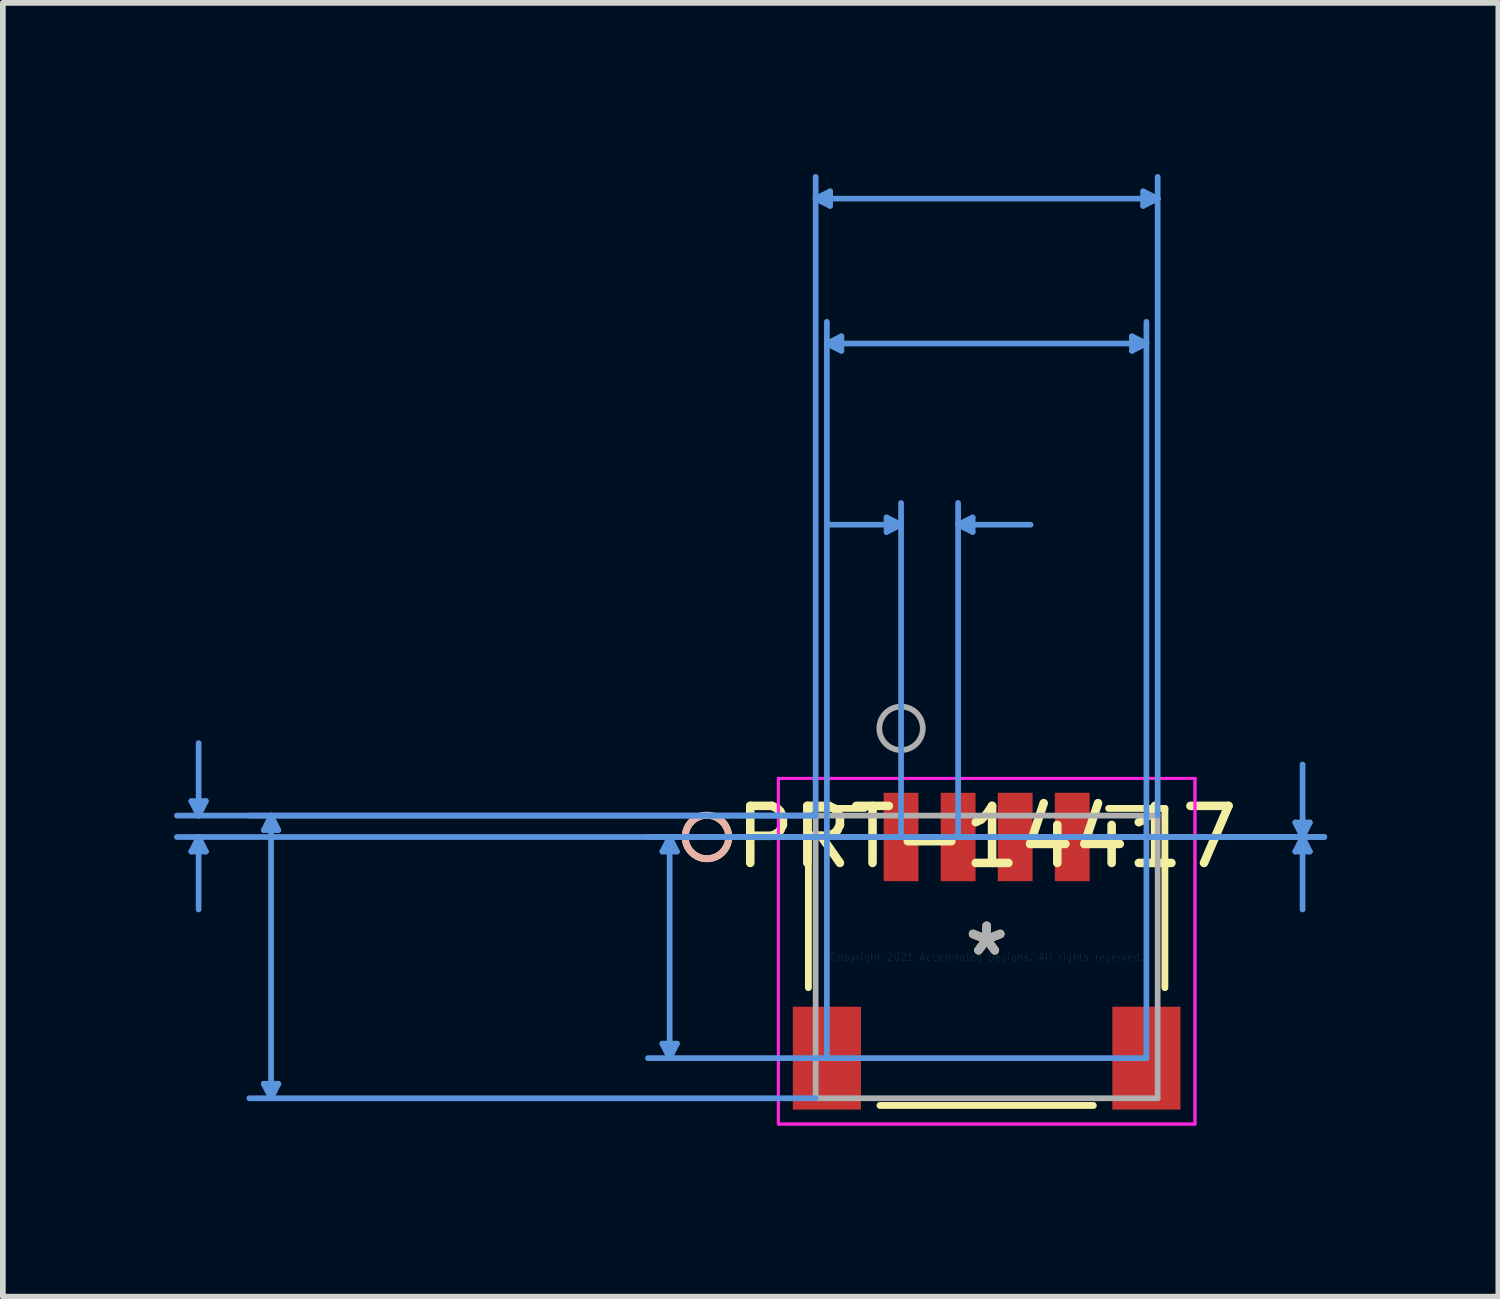
<source format=kicad_pcb>
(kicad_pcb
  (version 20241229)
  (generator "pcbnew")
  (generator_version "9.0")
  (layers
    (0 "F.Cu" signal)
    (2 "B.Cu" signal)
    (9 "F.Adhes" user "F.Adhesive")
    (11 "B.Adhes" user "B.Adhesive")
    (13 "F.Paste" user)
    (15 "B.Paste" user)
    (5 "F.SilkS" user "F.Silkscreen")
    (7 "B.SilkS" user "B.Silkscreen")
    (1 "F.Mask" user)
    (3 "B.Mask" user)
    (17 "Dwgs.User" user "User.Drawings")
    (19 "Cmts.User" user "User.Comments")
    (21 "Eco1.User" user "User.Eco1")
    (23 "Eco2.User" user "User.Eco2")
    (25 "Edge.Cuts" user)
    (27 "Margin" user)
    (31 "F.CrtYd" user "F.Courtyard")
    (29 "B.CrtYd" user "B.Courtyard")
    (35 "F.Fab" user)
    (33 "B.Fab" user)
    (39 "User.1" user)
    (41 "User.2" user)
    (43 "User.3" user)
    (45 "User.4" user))
  (footprint "PRT-14417"
    (layer "F.Cu")
    (at 14.242 13.721)
    (property "Reference" "PRT-14417" (at 0 -2.102 0) (layer "F.SilkS") (effects (font (size 1 1) (thickness 0.15))))
    (attr through_hole)
    (fp_line (start -3.124 -2.603) (end -3.124 0.539) (stroke (width 0.12) (type solid)) (layer "F.SilkS"))
    (fp_line (start -2.138 -2.603) (end -3.124 -2.603) (stroke (width 0.12) (type solid)) (layer "F.SilkS"))
    (fp_line (start -1.87 2.603) (end 1.87 2.603) (stroke (width 0.12) (type solid)) (layer "F.SilkS"))
    (fp_line (start 3.124 -2.603) (end 2.138 -2.603) (stroke (width 0.12) (type solid)) (layer "F.SilkS"))
    (fp_line (start 3.124 0.539) (end 3.124 -2.603) (stroke (width 0.12) (type solid)) (layer "F.SilkS"))
    (fp_circle (center -4.902 -2.102) (end -4.521 -2.102) (stroke (width 0.12) (type solid)) (fill no) (layer "F.SilkS"))
    (fp_circle (center -4.902 -2.102) (end -4.521 -2.102) (stroke (width 0.12) (type solid)) (fill no) (layer "B.SilkS"))
    (fp_line (start -13.938 -2.731) (end -13.684 -2.731) (stroke (width 0.1) (type solid)) (layer "Cmts.User"))
    (fp_line (start -13.938 -1.847) (end -13.684 -1.847) (stroke (width 0.1) (type solid)) (layer "Cmts.User"))
    (fp_line (start -13.811 -2.477) (end -13.938 -2.731) (stroke (width 0.1) (type solid)) (layer "Cmts.User"))
    (fp_line (start -13.811 -2.477) (end -13.811 -3.747) (stroke (width 0.1) (type solid)) (layer "Cmts.User"))
    (fp_line (start -13.811 -2.477) (end -13.684 -2.731) (stroke (width 0.1) (type solid)) (layer "Cmts.User"))
    (fp_line (start -13.811 -2.102) (end -13.938 -1.847) (stroke (width 0.1) (type solid)) (layer "Cmts.User"))
    (fp_line (start -13.811 -2.102) (end -13.811 -0.832) (stroke (width 0.1) (type solid)) (layer "Cmts.User"))
    (fp_line (start -13.811 -2.102) (end -13.684 -1.847) (stroke (width 0.1) (type solid)) (layer "Cmts.User"))
    (fp_line (start -12.668 -2.223) (end -12.414 -2.223) (stroke (width 0.1) (type solid)) (layer "Cmts.User"))
    (fp_line (start -12.668 2.223) (end -12.414 2.223) (stroke (width 0.1) (type solid)) (layer "Cmts.User"))
    (fp_line (start -12.541 -2.477) (end -12.668 -2.223) (stroke (width 0.1) (type solid)) (layer "Cmts.User"))
    (fp_line (start -12.541 -2.477) (end -12.541 2.477) (stroke (width 0.1) (type solid)) (layer "Cmts.User"))
    (fp_line (start -12.541 -2.477) (end -12.414 -2.223) (stroke (width 0.1) (type solid)) (layer "Cmts.User"))
    (fp_line (start -12.541 2.477) (end -12.668 2.223) (stroke (width 0.1) (type solid)) (layer "Cmts.User"))
    (fp_line (start -12.541 2.477) (end -12.414 2.223) (stroke (width 0.1) (type solid)) (layer "Cmts.User"))
    (fp_line (start -5.683 -1.847) (end -5.429 -1.847) (stroke (width 0.1) (type solid)) (layer "Cmts.User"))
    (fp_line (start -5.683 1.52) (end -5.429 1.52) (stroke (width 0.1) (type solid)) (layer "Cmts.User"))
    (fp_line (start -5.556 -2.102) (end -5.683 -1.847) (stroke (width 0.1) (type solid)) (layer "Cmts.User"))
    (fp_line (start -5.556 -2.102) (end -5.556 1.774) (stroke (width 0.1) (type solid)) (layer "Cmts.User"))
    (fp_line (start -5.556 -2.102) (end -5.429 -1.847) (stroke (width 0.1) (type solid)) (layer "Cmts.User"))
    (fp_line (start -5.556 1.774) (end -5.683 1.52) (stroke (width 0.1) (type solid)) (layer "Cmts.User"))
    (fp_line (start -5.556 1.774) (end -5.429 1.52) (stroke (width 0.1) (type solid)) (layer "Cmts.User"))
    (fp_line (start -2.997 -13.29) (end -2.743 -13.417) (stroke (width 0.1) (type solid)) (layer "Cmts.User"))
    (fp_line (start -2.997 -13.29) (end -2.743 -13.163) (stroke (width 0.1) (type solid)) (layer "Cmts.User"))
    (fp_line (start -2.997 -13.29) (end 2.997 -13.29) (stroke (width 0.1) (type solid)) (layer "Cmts.User"))
    (fp_line (start -2.997 -2.477) (end -14.192 -2.477) (stroke (width 0.1) (type solid)) (layer "Cmts.User"))
    (fp_line (start -2.997 -2.477) (end -12.922 -2.477) (stroke (width 0.1) (type solid)) (layer "Cmts.User"))
    (fp_line (start -2.997 -2.477) (end -2.997 -13.671) (stroke (width 0.1) (type solid)) (layer "Cmts.User"))
    (fp_line (start -2.997 2.477) (end -12.922 2.477) (stroke (width 0.1) (type solid)) (layer "Cmts.User"))
    (fp_line (start -2.8 -10.75) (end -2.546 -10.877) (stroke (width 0.1) (type solid)) (layer "Cmts.User"))
    (fp_line (start -2.8 -10.75) (end -2.546 -10.623) (stroke (width 0.1) (type solid)) (layer "Cmts.User"))
    (fp_line (start -2.8 -10.75) (end 2.8 -10.75) (stroke (width 0.1) (type solid)) (layer "Cmts.User"))
    (fp_line (start -2.8 1.774) (end -2.8 -11.131) (stroke (width 0.1) (type solid)) (layer "Cmts.User"))
    (fp_line (start -2.743 -13.417) (end -2.743 -13.163) (stroke (width 0.1) (type solid)) (layer "Cmts.User"))
    (fp_line (start -2.546 -10.877) (end -2.546 -10.623) (stroke (width 0.1) (type solid)) (layer "Cmts.User"))
    (fp_line (start -1.754 -7.702) (end -1.754 -7.448) (stroke (width 0.1) (type solid)) (layer "Cmts.User"))
    (fp_line (start -1.5 -7.575) (end -2.77 -7.575) (stroke (width 0.1) (type solid)) (layer "Cmts.User"))
    (fp_line (start -1.5 -7.575) (end -1.754 -7.702) (stroke (width 0.1) (type solid)) (layer "Cmts.User"))
    (fp_line (start -1.5 -7.575) (end -1.754 -7.448) (stroke (width 0.1) (type solid)) (layer "Cmts.User"))
    (fp_line (start -1.5 -2.102) (end -1.5 -7.956) (stroke (width 0.1) (type solid)) (layer "Cmts.User"))
    (fp_line (start -1.5 -2.102) (end 5.918 -2.102) (stroke (width 0.1) (type solid)) (layer "Cmts.User"))
    (fp_line (start -1.5 -2.102) (end 5.918 -2.102) (stroke (width 0.1) (type solid)) (layer "Cmts.User"))
    (fp_line (start -0.5 -7.575) (end -0.246 -7.702) (stroke (width 0.1) (type solid)) (layer "Cmts.User"))
    (fp_line (start -0.5 -7.575) (end -0.246 -7.448) (stroke (width 0.1) (type solid)) (layer "Cmts.User"))
    (fp_line (start -0.5 -7.575) (end 0.77 -7.575) (stroke (width 0.1) (type solid)) (layer "Cmts.User"))
    (fp_line (start -0.5 -2.102) (end -0.5 -7.956) (stroke (width 0.1) (type solid)) (layer "Cmts.User"))
    (fp_line (start -0.246 -7.702) (end -0.246 -7.448) (stroke (width 0.1) (type solid)) (layer "Cmts.User"))
    (fp_line (start 0 -2.102) (end -14.192 -2.102) (stroke (width 0.1) (type solid)) (layer "Cmts.User"))
    (fp_line (start 0 -2.102) (end -5.937 -2.102) (stroke (width 0.1) (type solid)) (layer "Cmts.User"))
    (fp_line (start 2.546 -10.877) (end 2.546 -10.623) (stroke (width 0.1) (type solid)) (layer "Cmts.User"))
    (fp_line (start 2.743 -13.417) (end 2.743 -13.163) (stroke (width 0.1) (type solid)) (layer "Cmts.User"))
    (fp_line (start 2.8 -10.75) (end 2.546 -10.877) (stroke (width 0.1) (type solid)) (layer "Cmts.User"))
    (fp_line (start 2.8 -10.75) (end 2.546 -10.623) (stroke (width 0.1) (type solid)) (layer "Cmts.User"))
    (fp_line (start 2.8 1.774) (end -5.937 1.774) (stroke (width 0.1) (type solid)) (layer "Cmts.User"))
    (fp_line (start 2.8 1.774) (end 2.8 -11.131) (stroke (width 0.1) (type solid)) (layer "Cmts.User"))
    (fp_line (start 2.997 -13.29) (end 2.743 -13.417) (stroke (width 0.1) (type solid)) (layer "Cmts.User"))
    (fp_line (start 2.997 -13.29) (end 2.743 -13.163) (stroke (width 0.1) (type solid)) (layer "Cmts.User"))
    (fp_line (start 2.997 -2.477) (end 2.997 -13.671) (stroke (width 0.1) (type solid)) (layer "Cmts.User"))
    (fp_line (start 5.41 -2.356) (end 5.664 -2.356) (stroke (width 0.1) (type solid)) (layer "Cmts.User"))
    (fp_line (start 5.41 -1.847) (end 5.664 -1.847) (stroke (width 0.1) (type solid)) (layer "Cmts.User"))
    (fp_line (start 5.537 -2.102) (end 5.41 -2.356) (stroke (width 0.1) (type solid)) (layer "Cmts.User"))
    (fp_line (start 5.537 -2.102) (end 5.41 -1.847) (stroke (width 0.1) (type solid)) (layer "Cmts.User"))
    (fp_line (start 5.537 -2.102) (end 5.537 -3.372) (stroke (width 0.1) (type solid)) (layer "Cmts.User"))
    (fp_line (start 5.537 -2.102) (end 5.537 -0.832) (stroke (width 0.1) (type solid)) (layer "Cmts.User"))
    (fp_line (start 5.537 -2.102) (end 5.664 -2.356) (stroke (width 0.1) (type solid)) (layer "Cmts.User"))
    (fp_line (start 5.537 -2.102) (end 5.664 -1.847) (stroke (width 0.1) (type solid)) (layer "Cmts.User"))
    (fp_line (start -3.651 -3.13) (end -3.651 2.929) (stroke (width 0.05) (type solid)) (layer "F.CrtYd"))
    (fp_line (start -3.651 -3.13) (end -3.651 2.929) (stroke (width 0.05) (type solid)) (layer "F.CrtYd"))
    (fp_line (start -3.651 2.929) (end 3.651 2.929) (stroke (width 0.05) (type solid)) (layer "F.CrtYd"))
    (fp_line (start -3.651 2.929) (end 3.651 2.929) (stroke (width 0.05) (type solid)) (layer "F.CrtYd"))
    (fp_line (start 3.651 -3.13) (end -3.651 -3.13) (stroke (width 0.05) (type solid)) (layer "F.CrtYd"))
    (fp_line (start 3.651 -3.13) (end -3.651 -3.13) (stroke (width 0.05) (type solid)) (layer "F.CrtYd"))
    (fp_line (start 3.651 2.929) (end 3.651 -3.13) (stroke (width 0.05) (type solid)) (layer "F.CrtYd"))
    (fp_line (start 3.651 2.929) (end 3.651 -3.13) (stroke (width 0.05) (type solid)) (layer "F.CrtYd"))
    (fp_line (start -2.997 -2.477) (end -2.997 2.477) (stroke (width 0.1) (type solid)) (layer "F.Fab"))
    (fp_line (start -2.997 2.477) (end 2.997 2.477) (stroke (width 0.1) (type solid)) (layer "F.Fab"))
    (fp_line (start 2.997 -2.477) (end -2.997 -2.477) (stroke (width 0.1) (type solid)) (layer "F.Fab"))
    (fp_line (start 2.997 2.477) (end 2.997 -2.477) (stroke (width 0.1) (type solid)) (layer "F.Fab"))
    (fp_circle (center -1.5 -4.006) (end -1.119 -4.006) (stroke (width 0.1) (type solid)) (fill no) (layer "F.Fab"))
    (fp_text user "*" (at 0 0 0) (layer "F.SilkS") (effects (font (size 1 1) (thickness 0.15))))
    (fp_text user "Copyright 2021 Accelerated Designs. All rights reserved." (at 0 0 0) (layer "Cmts.User") (effects (font (size 0.127 0.127) (thickness 0.002))))
    (fp_text user "*" (at 0 0 0) (layer "F.Fab") (effects (font (size 1 1) (thickness 0.15))))
    (pad "1" smd rect (at -1.5 -2.102) (size 0.61 1.549) (layers "F.Cu" "F.Mask" "F.Paste"))
    (pad "2" smd rect (at -0.5 -2.102) (size 0.61 1.549) (layers "F.Cu" "F.Mask" "F.Paste"))
    (pad "3" smd rect (at 0.5 -2.102) (size 0.61 1.549) (layers "F.Cu" "F.Mask" "F.Paste"))
    (pad "4" smd rect (at 1.5 -2.102) (size 0.61 1.549) (layers "F.Cu" "F.Mask" "F.Paste"))
    (pad "5" smd rect (at -2.8 1.774) (size 1.194 1.803) (layers "F.Cu" "F.Mask" "F.Paste"))
    (pad "6" smd rect (at 2.8 1.774) (size 1.194 1.803) (layers "F.Cu" "F.Mask" "F.Paste")))
  (gr_rect
    (start -3 -3)
    (end 23.21 19.675)
    (stroke (width 0.1) (type default))
    (fill no)
    (layer "Edge.Cuts")))
</source>
